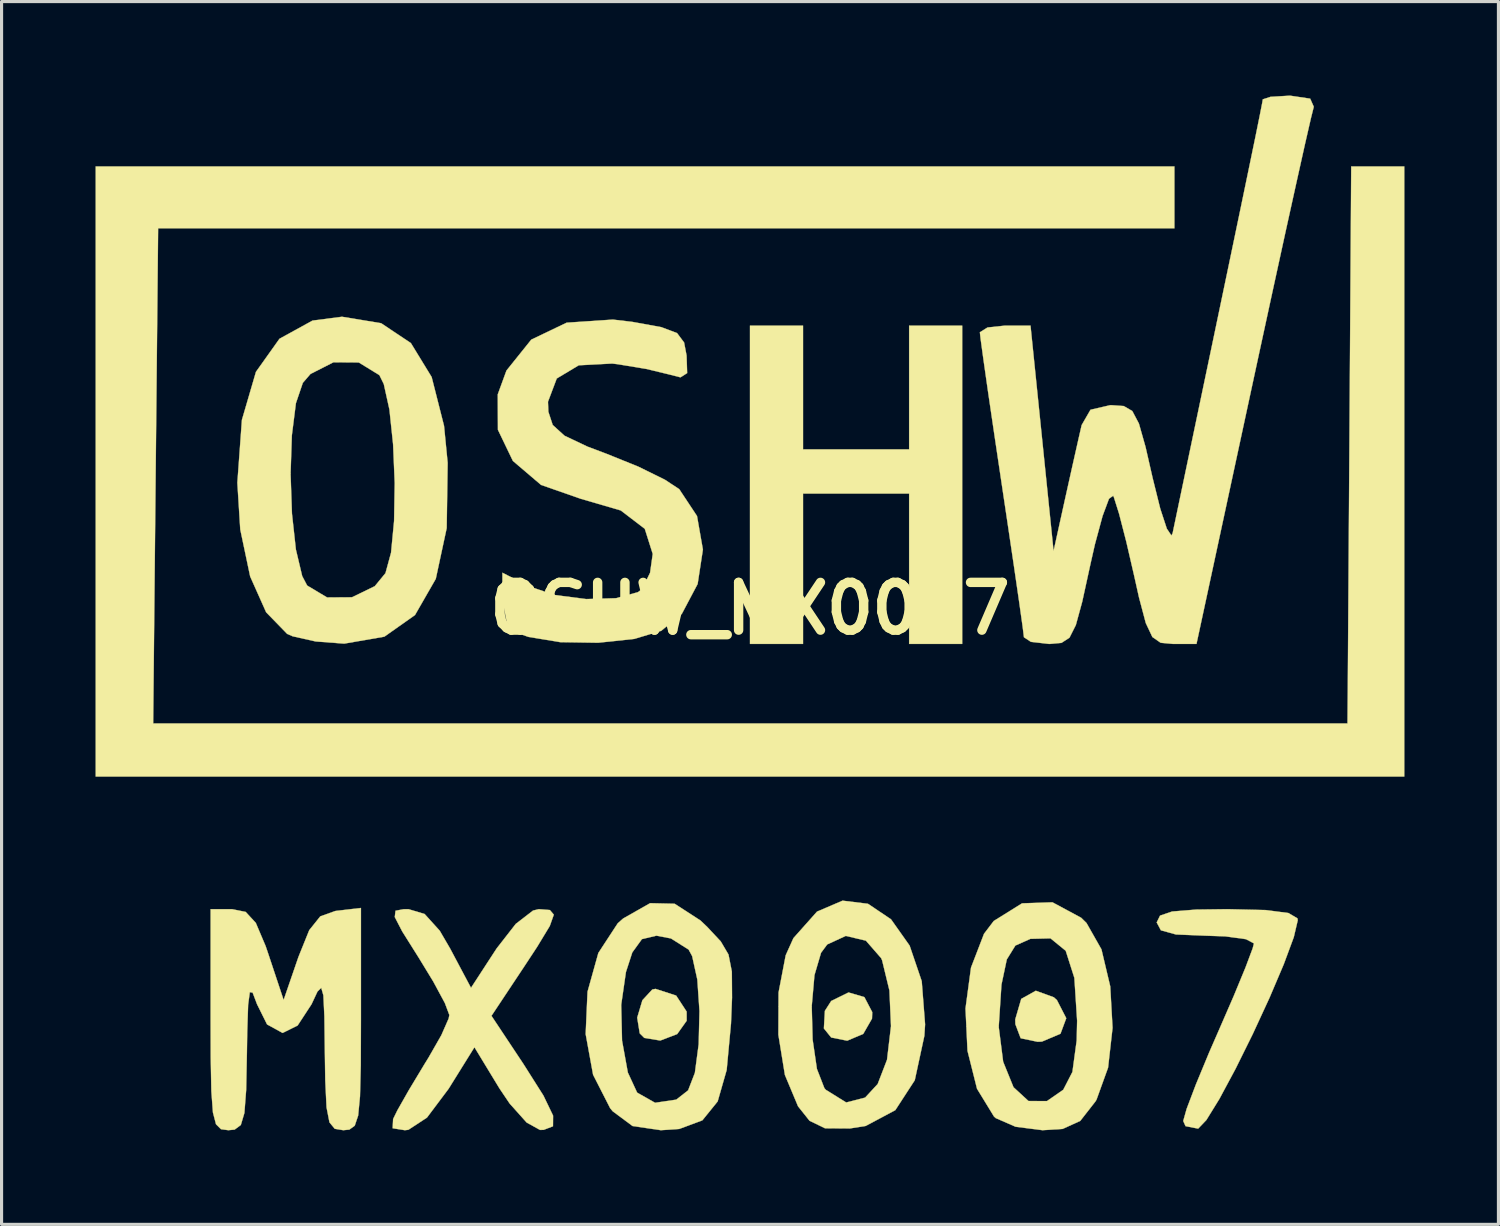
<source format=kicad_pcb>
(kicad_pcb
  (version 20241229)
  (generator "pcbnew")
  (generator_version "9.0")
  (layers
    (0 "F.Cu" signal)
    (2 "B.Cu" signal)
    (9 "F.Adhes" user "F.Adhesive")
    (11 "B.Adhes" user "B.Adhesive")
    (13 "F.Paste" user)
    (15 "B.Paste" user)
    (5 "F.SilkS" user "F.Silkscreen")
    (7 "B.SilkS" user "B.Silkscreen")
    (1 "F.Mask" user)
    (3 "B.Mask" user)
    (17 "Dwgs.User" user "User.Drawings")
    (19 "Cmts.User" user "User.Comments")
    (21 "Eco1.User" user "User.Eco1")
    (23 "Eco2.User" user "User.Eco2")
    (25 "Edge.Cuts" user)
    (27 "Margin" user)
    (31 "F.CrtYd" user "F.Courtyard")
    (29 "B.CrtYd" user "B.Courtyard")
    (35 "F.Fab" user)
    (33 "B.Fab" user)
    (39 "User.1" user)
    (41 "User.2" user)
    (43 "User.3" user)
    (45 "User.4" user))
  (footprint "OSHW_MX0007"
    (layer "F.Cu")
    (at 20.889 16.374)
    (property "Reference" "OSHW_MX0007" (at 0 0 0) (layer "F.SilkS") (effects (font (size 1.524 1.524) (thickness 0.3))))
    (attr through_hole)
    (fp_poly (pts (xy 3.651 12.403) (xy 3.902 12.882) (xy 3.895 13.089) (xy 3.615 13.577) (xy 3.103 13.794) (xy 2.592 13.692) (xy 2.359 13.403) (xy 2.391 12.842) (xy 2.592 12.527) (xy 3.146 12.255) (xy 3.651 12.403)) (stroke (width 0.01) (type solid)) (fill yes) (layer "F.SilkS"))
    (fp_poly (pts (xy -2.357 12.354) (xy -2.022 12.866) (xy -2.021 13.157) (xy -2.324 13.583) (xy -2.863 13.789) (xy -3.373 13.705) (xy -3.519 13.56) (xy -3.6 13.059) (xy -3.434 12.502) (xy -3.118 12.16) (xy -3.015 12.14) (xy -2.357 12.354)) (stroke (width 0.01) (type solid)) (fill yes) (layer "F.SilkS"))
    (fp_poly (pts (xy 9.699 12.409) (xy 9.797 12.498) (xy 10.095 13.077) (xy 9.911 13.572) (xy 9.319 13.823) (xy 9.181 13.829) (xy 8.64 13.716) (xy 8.471 13.267) (xy 8.467 13.114) (xy 8.658 12.46) (xy 9.123 12.2) (xy 9.699 12.409)) (stroke (width 0.01) (type solid)) (fill yes) (layer "F.SilkS"))
    (fp_poly (pts (xy 1.693 -5.08) (xy 5.08 -5.08) (xy 5.08 -9.031) (xy 6.773 -9.031) (xy 6.773 1.129) (xy 5.08 1.129) (xy 5.08 -3.669) (xy 1.693 -3.669) (xy 1.693 1.129) (xy 0 1.129) (xy 0 -9.031) (xy 1.693 -9.031) (xy 1.693 -5.08)) (stroke (width 0.01) (type solid)) (fill yes) (layer "F.SilkS"))
    (fp_poly (pts (xy 13.547 -12.136) (xy -18.892 -12.136) (xy -18.971 -4.233) (xy -19.05 3.669) (xy 0.011 3.669) (xy 19.072 3.669) (xy 19.077 3.034) (xy 19.081 2.596) (xy 19.087 1.672) (xy 19.096 0.337) (xy 19.107 -1.331) (xy 19.12 -3.254) (xy 19.134 -5.356) (xy 19.137 -5.856) (xy 19.191 -14.111) (xy 20.884 -14.111) (xy 20.884 5.362) (xy -20.884 5.362) (xy -20.884 -14.111) (xy 13.547 -14.111) (xy 13.547 -12.136)) (stroke (width 0.01) (type solid)) (fill yes) (layer "F.SilkS"))
    (fp_poly (pts (xy 16.464 9.625) (xy 17.189 9.72) (xy 17.475 9.89) (xy 17.485 9.948) (xy 17.358 10.489) (xy 17.037 11.356) (xy 16.582 12.426) (xy 16.049 13.58) (xy 15.497 14.695) (xy 14.984 15.651) (xy 14.567 16.327) (xy 14.305 16.601) (xy 14.305 16.601) (xy 13.903 16.522) (xy 13.829 16.357) (xy 13.938 15.969) (xy 14.231 15.196) (xy 14.657 14.168) (xy 14.958 13.479) (xy 15.439 12.372) (xy 15.818 11.454) (xy 16.044 10.851) (xy 16.087 10.689) (xy 15.831 10.554) (xy 15.173 10.464) (xy 14.534 10.442) (xy 13.598 10.404) (xy 13.116 10.271) (xy 12.982 10.019) (xy 13.089 9.802) (xy 13.474 9.671) (xy 14.24 9.609) (xy 15.24 9.596) (xy 16.464 9.625)) (stroke (width 0.01) (type solid)) (fill yes) (layer "F.SilkS"))
    (fp_poly (pts (xy 3.765 9.424) (xy 4.501 9.919) (xy 5.096 10.76) (xy 5.482 11.895) (xy 5.589 13.274) (xy 5.566 13.638) (xy 5.26 15.056) (xy 4.639 16.011) (xy 3.694 16.515) (xy 3.189 16.595) (xy 2.396 16.59) (xy 1.901 16.35) (xy 1.534 15.889) (xy 1.115 14.889) (xy 0.906 13.604) (xy 0.91 12.692) (xy 1.971 12.692) (xy 1.999 13.756) (xy 2.136 14.695) (xy 2.374 15.308) (xy 2.419 15.361) (xy 3.071 15.766) (xy 3.675 15.611) (xy 4.076 15.177) (xy 4.374 14.404) (xy 4.501 13.33) (xy 4.451 12.192) (xy 4.218 11.231) (xy 4.188 11.161) (xy 3.7 10.601) (xy 3.058 10.449) (xy 2.465 10.722) (xy 2.268 10.988) (xy 2.058 11.702) (xy 1.971 12.692) (xy 0.91 12.692) (xy 0.912 12.256) (xy 1.14 11.068) (xy 1.387 10.52) (xy 2.14 9.674) (xy 2.955 9.325) (xy 3.765 9.424)) (stroke (width 0.01) (type solid)) (fill yes) (layer "F.SilkS"))
    (fp_poly (pts (xy 10.57 9.87) (xy 10.741 10.037) (xy 11.219 10.88) (xy 11.499 12.061) (xy 11.573 13.384) (xy 11.43 14.654) (xy 11.061 15.676) (xy 11.026 15.734) (xy 10.542 16.354) (xy 9.98 16.61) (xy 9.338 16.651) (xy 8.478 16.541) (xy 7.845 16.265) (xy 7.789 16.215) (xy 7.247 15.329) (xy 6.943 14.118) (xy 6.907 13.352) (xy 7.939 13.352) (xy 8.081 14.466) (xy 8.411 15.279) (xy 8.89 15.72) (xy 9.478 15.722) (xy 9.999 15.361) (xy 10.292 14.792) (xy 10.428 13.786) (xy 10.442 13.157) (xy 10.354 11.789) (xy 10.078 10.924) (xy 9.592 10.527) (xy 8.951 10.543) (xy 8.471 10.757) (xy 8.197 11.2) (xy 8.027 12.005) (xy 7.939 13.352) (xy 6.907 13.352) (xy 6.879 12.767) (xy 7.055 11.46) (xy 7.47 10.382) (xy 7.781 9.973) (xy 8.684 9.41) (xy 9.654 9.377) (xy 10.57 9.87)) (stroke (width 0.01) (type solid)) (fill yes) (layer "F.SilkS"))
    (fp_poly (pts (xy -2.406 9.423) (xy -1.581 9.957) (xy -1.36 10.168) (xy -0.933 10.625) (xy -0.686 11.044) (xy -0.579 11.588) (xy -0.573 12.42) (xy -0.606 13.244) (xy -0.744 14.728) (xy -1.032 15.733) (xy -1.52 16.336) (xy -2.258 16.611) (xy -2.845 16.651) (xy -3.748 16.518) (xy -4.381 16.048) (xy -4.463 15.949) (xy -5.008 14.881) (xy -5.245 13.584) (xy -5.204 12.648) (xy -4.111 12.648) (xy -4.084 13.791) (xy -3.899 14.81) (xy -3.602 15.452) (xy -3.029 15.776) (xy -2.354 15.676) (xy -1.975 15.38) (xy -1.759 14.821) (xy -1.638 13.909) (xy -1.612 12.849) (xy -1.681 11.843) (xy -1.846 11.094) (xy -1.958 10.887) (xy -2.523 10.53) (xy -2.987 10.442) (xy -3.449 10.552) (xy -3.756 10.975) (xy -3.96 11.603) (xy -4.111 12.648) (xy -5.204 12.648) (xy -5.185 12.23) (xy -4.84 10.994) (xy -4.221 10.047) (xy -4.047 9.893) (xy -3.188 9.405) (xy -2.406 9.423)) (stroke (width 0.01) (type solid)) (fill yes) (layer "F.SilkS"))
    (fp_poly (pts (xy -6.387 9.624) (xy -6.262 9.771) (xy -6.39 10.132) (xy -6.796 10.802) (xy -7.23 11.462) (xy -8.252 13.001) (xy -7.23 14.54) (xy -6.592 15.548) (xy -6.285 16.186) (xy -6.288 16.526) (xy -6.586 16.64) (xy -6.703 16.642) (xy -7.129 16.406) (xy -7.672 15.799) (xy -7.996 15.318) (xy -8.795 14.003) (xy -9.619 15.327) (xy -10.311 16.249) (xy -10.904 16.638) (xy -11.017 16.651) (xy -11.406 16.589) (xy -11.391 16.295) (xy -11.254 16.016) (xy -10.887 15.369) (xy -10.392 14.547) (xy -10.257 14.328) (xy -9.851 13.618) (xy -9.618 13.087) (xy -9.596 12.974) (xy -9.738 12.595) (xy -10.111 11.903) (xy -10.58 11.134) (xy -11.1 10.307) (xy -11.338 9.847) (xy -11.314 9.646) (xy -11.053 9.597) (xy -10.901 9.596) (xy -10.386 9.75) (xy -9.904 10.283) (xy -9.572 10.852) (xy -8.905 12.108) (xy -8.088 10.852) (xy -7.475 10.065) (xy -6.924 9.64) (xy -6.74 9.596) (xy -6.387 9.624)) (stroke (width 0.01) (type solid)) (fill yes) (layer "F.SilkS"))
    (fp_poly (pts (xy -11.773 -9.107) (xy -10.824 -8.473) (xy -10.161 -7.389) (xy -9.766 -5.832) (xy -9.65 -4.649) (xy -9.681 -2.567) (xy -10.029 -0.948) (xy -10.693 0.208) (xy -11.671 0.898) (xy -12.953 1.12) (xy -13.861 1.051) (xy -14.597 0.886) (xy -14.773 0.809) (xy -15.444 0.119) (xy -15.954 -1.024) (xy -16.27 -2.524) (xy -16.363 -4.016) (xy -16.342 -4.3) (xy -14.664 -4.3) (xy -14.62 -3.03) (xy -14.495 -1.886) (xy -14.293 -1.035) (xy -14.135 -0.734) (xy -13.498 -0.354) (xy -12.705 -0.359) (xy -11.977 -0.713) (xy -11.635 -1.129) (xy -11.457 -1.782) (xy -11.36 -2.795) (xy -11.34 -4.004) (xy -11.392 -5.244) (xy -11.509 -6.353) (xy -11.689 -7.166) (xy -11.829 -7.45) (xy -12.488 -7.855) (xy -13.296 -7.86) (xy -14.029 -7.487) (xy -14.273 -7.204) (xy -14.494 -6.554) (xy -14.623 -5.53) (xy -14.664 -4.3) (xy -16.342 -4.3) (xy -16.217 -6.023) (xy -15.769 -7.555) (xy -15.018 -8.611) (xy -13.964 -9.191) (xy -13.023 -9.313) (xy -11.773 -9.107)) (stroke (width 0.01) (type solid)) (fill yes) (layer "F.SilkS"))
    (fp_poly (pts (xy -12.418 13.105) (xy -12.423 14.573) (xy -12.448 15.569) (xy -12.507 16.183) (xy -12.616 16.507) (xy -12.788 16.632) (xy -12.982 16.651) (xy -13.254 16.606) (xy -13.423 16.4) (xy -13.516 15.922) (xy -13.557 15.065) (xy -13.57 14.182) (xy -13.585 13.016) (xy -13.617 12.346) (xy -13.685 12.106) (xy -13.806 12.226) (xy -13.994 12.629) (xy -14.439 13.309) (xy -14.918 13.547) (xy -15.414 13.275) (xy -15.735 12.629) (xy -15.875 12.26) (xy -15.965 12.245) (xy -16.019 12.644) (xy -16.048 13.515) (xy -16.058 14.182) (xy -16.082 15.369) (xy -16.138 16.101) (xy -16.252 16.485) (xy -16.45 16.632) (xy -16.651 16.651) (xy -16.885 16.619) (xy -17.044 16.461) (xy -17.142 16.087) (xy -17.193 15.403) (xy -17.213 14.32) (xy -17.216 13.123) (xy -17.216 9.596) (xy -16.533 9.596) (xy -16.097 9.684) (xy -15.774 10.034) (xy -15.46 10.775) (xy -15.368 11.046) (xy -14.886 12.496) (xy -14.411 11.116) (xy -14.068 10.266) (xy -13.716 9.826) (xy -13.238 9.655) (xy -13.177 9.647) (xy -12.418 9.558) (xy -12.418 13.105)) (stroke (width 0.01) (type solid)) (fill yes) (layer "F.SilkS"))
    (fp_poly (pts (xy -3.75 -9.149) (xy -2.829 -8.981) (xy -2.327 -8.791) (xy -2.103 -8.492) (xy -2.024 -8.075) (xy -2.006 -7.515) (xy -2.219 -7.38) (xy -2.588 -7.474) (xy -3.303 -7.647) (xy -4.223 -7.799) (xy -4.4 -7.82) (xy -5.466 -7.764) (xy -6.168 -7.343) (xy -6.448 -6.602) (xy -6.436 -6.281) (xy -6.297 -5.859) (xy -5.92 -5.516) (xy -5.184 -5.167) (xy -4.571 -4.936) (xy -3.566 -4.53) (xy -2.718 -4.113) (xy -2.259 -3.811) (xy -1.691 -2.953) (xy -1.503 -1.883) (xy -1.671 -0.784) (xy -2.173 0.165) (xy -2.832 0.71) (xy -3.69 0.969) (xy -4.849 1.092) (xy -6.059 1.073) (xy -7.072 0.905) (xy -7.267 0.838) (xy -7.761 0.443) (xy -7.902 -0.28) (xy -7.902 -1.143) (xy -7.07 -0.713) (xy -6.23 -0.431) (xy -5.228 -0.302) (xy -4.275 -0.33) (xy -3.58 -0.521) (xy -3.443 -0.621) (xy -3.189 -1.142) (xy -3.104 -1.743) (xy -3.358 -2.545) (xy -4.125 -3.131) (xy -5.404 -3.504) (xy -6.669 -3.946) (xy -7.568 -4.712) (xy -8.046 -5.706) (xy -8.051 -6.835) (xy -7.773 -7.596) (xy -6.981 -8.583) (xy -5.852 -9.124) (xy -4.377 -9.223) (xy -3.75 -9.149)) (stroke (width 0.01) (type solid)) (fill yes) (layer "F.SilkS"))
    (fp_poly (pts (xy 17.881 -16.275) (xy 17.996 -16.016) (xy 17.907 -15.661) (xy 17.715 -14.824) (xy 17.437 -13.577) (xy 17.087 -11.991) (xy 16.682 -10.135) (xy 16.237 -8.082) (xy 16.061 -7.267) (xy 14.252 1.129) (xy 13.495 1.129) (xy 13.109 1.093) (xy 12.844 0.909) (xy 12.634 0.464) (xy 12.417 -0.355) (xy 12.26 -1.058) (xy 12.01 -2.139) (xy 11.782 -3.023) (xy 11.616 -3.551) (xy 11.593 -3.601) (xy 11.459 -3.504) (xy 11.254 -2.954) (xy 11.01 -2.051) (xy 10.866 -1.414) (xy 10.605 -0.219) (xy 10.401 0.527) (xy 10.198 0.93) (xy 9.943 1.096) (xy 9.58 1.129) (xy 9.538 1.129) (xy 8.967 1.063) (xy 8.745 0.917) (xy 8.703 0.58) (xy 8.591 -0.217) (xy 8.422 -1.379) (xy 8.21 -2.808) (xy 8.039 -3.951) (xy 7.806 -5.512) (xy 7.605 -6.876) (xy 7.452 -7.947) (xy 7.359 -8.626) (xy 7.338 -8.819) (xy 7.582 -8.971) (xy 8.146 -9.031) (xy 8.954 -9.031) (xy 9.322 -5.433) (xy 9.69 -1.834) (xy 10.064 -3.528) (xy 10.291 -4.548) (xy 10.489 -5.427) (xy 10.587 -5.856) (xy 10.869 -6.345) (xy 11.499 -6.491) (xy 11.536 -6.491) (xy 11.931 -6.463) (xy 12.203 -6.304) (xy 12.414 -5.905) (xy 12.626 -5.157) (xy 12.853 -4.163) (xy 13.095 -3.189) (xy 13.305 -2.549) (xy 13.451 -2.332) (xy 13.489 -2.399) (xy 14.179 -5.692) (xy 14.761 -8.468) (xy 15.24 -10.759) (xy 15.624 -12.6) (xy 15.92 -14.026) (xy 16.136 -15.07) (xy 16.277 -15.767) (xy 16.352 -16.15) (xy 16.369 -16.253) (xy 16.615 -16.333) (xy 17.212 -16.369) (xy 17.246 -16.369) (xy 17.881 -16.275)) (stroke (width 0.01) (type solid)) (fill yes) (layer "F.SilkS")))
  (gr_rect
    (start -3 -3)
    (end 44.779 36.03)
    (stroke (width 0.1) (type default))
    (fill no)
    (layer "Edge.Cuts")))
</source>
